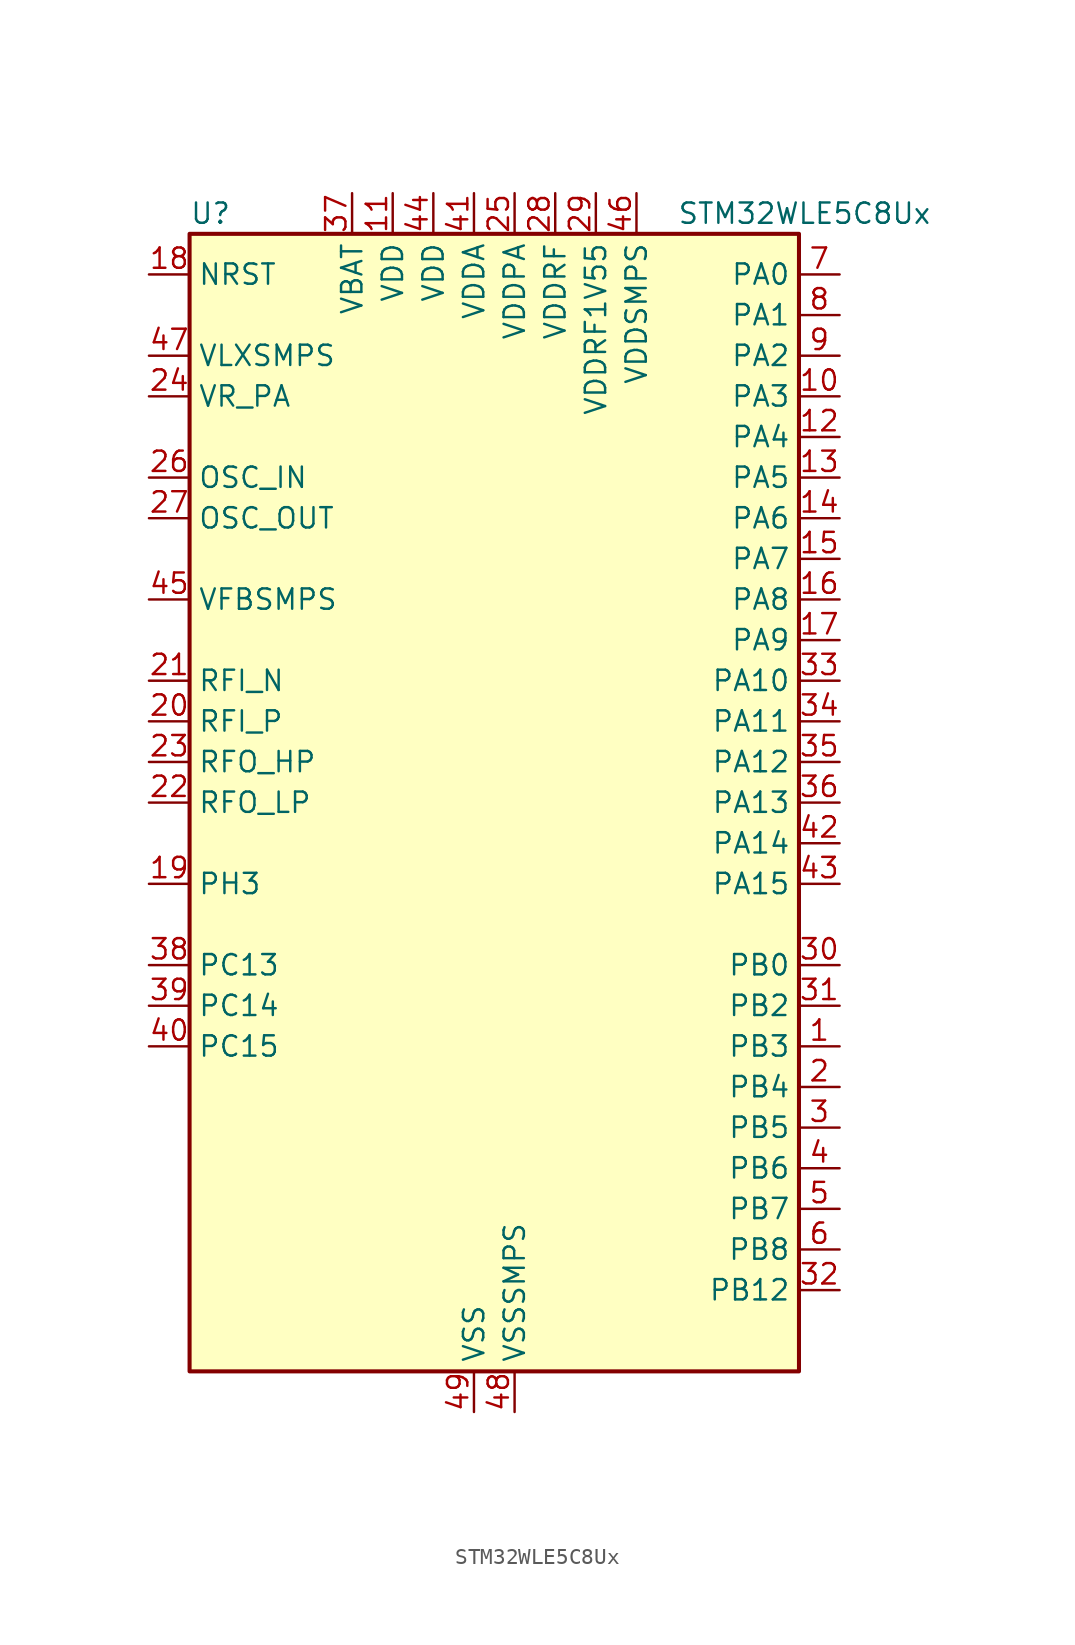
<source format=kicad_sym>
(kicad_symbol_lib
  (version 20231120)
  (generator "kicad_symbol_editor")
  (generator_version "8.0")
  (symbol "STM32WLE5C8Ux"
    (property "Reference" "U"
      (at -17.78 36.83 0)
      (effects (font (size 1.27 1.27)) (justify left)))
    (property "Value" "STM32WLE5C8Ux"
      (at 12.7 36.83 0)
      (effects (font (size 1.27 1.27)) (justify left)))
    (property "ki_locked" ""
      (at 0 0 0)
      (effects (font (size 1.27 1.27))))
    (symbol "STM32WLE5C8Ux_0_1"
      (rectangle (start -17.78 -35.56) (end 20.32 35.56) (stroke (width 0.254) (type default)) (fill (type background))))
    (symbol "STM32WLE5C8Ux_1_1"
      (pin bidirectional line (at 22.86 -15.24 180) (length 2.54) (name "PB3" (effects (font (size 1.27 1.27)))) (number "1" (effects (font (size 1.27 1.27)))) (alternate "ADC_IN2" bidirectional line) (alternate "COMP1_INM" bidirectional line) (alternate "COMP2_INM" bidirectional line) (alternate "DEBUG_JTDO-SWO" bidirectional line) (alternate "DEBUG_RF-DTB1" bidirectional line) (alternate "PWR_WKUP3" bidirectional line) (alternate "RTC_TAMP_IN3" bidirectional line) (alternate "SPI1_SCK" bidirectional line) (alternate "TIM2_CH2" bidirectional line) (alternate "USART1_DE" bidirectional line) (alternate "USART1_RTS" bidirectional line))
      (pin bidirectional line (at 22.86 25.4 180) (length 2.54) (name "PA3" (effects (font (size 1.27 1.27)))) (number "10" (effects (font (size 1.27 1.27)))) (alternate "I2S2_MCK" bidirectional line) (alternate "LPUART1_RX" bidirectional line) (alternate "TIM2_CH4" bidirectional line) (alternate "USART2_RX" bidirectional line))
      (pin power_in line (at -5.08 38.1 270) (length 2.54) (name "VDD" (effects (font (size 1.27 1.27)))) (number "11" (effects (font (size 1.27 1.27)))))
      (pin bidirectional line (at 22.86 22.86 180) (length 2.54) (name "PA4" (effects (font (size 1.27 1.27)))) (number "12" (effects (font (size 1.27 1.27)))) (alternate "DEBUG_SUBGHZSPI-NSSOUT" bidirectional line) (alternate "LPTIM1_OUT" bidirectional line) (alternate "LPTIM2_OUT" bidirectional line) (alternate "RTC_OUT2" bidirectional line) (alternate "SPI1_NSS" bidirectional line) (alternate "USART2_CK" bidirectional line))
      (pin bidirectional line (at 22.86 20.32 180) (length 2.54) (name "PA5" (effects (font (size 1.27 1.27)))) (number "13" (effects (font (size 1.27 1.27)))) (alternate "DEBUG_SUBGHZSPI-SCKOUT" bidirectional line) (alternate "LPTIM2_ETR" bidirectional line) (alternate "SPI1_SCK" bidirectional line) (alternate "SPI2_MISO" bidirectional line) (alternate "TIM2_CH1" bidirectional line) (alternate "TIM2_ETR" bidirectional line))
      (pin bidirectional line (at 22.86 17.78 180) (length 2.54) (name "PA6" (effects (font (size 1.27 1.27)))) (number "14" (effects (font (size 1.27 1.27)))) (alternate "DEBUG_SUBGHZSPI-MISOOUT" bidirectional line) (alternate "I2C2_SMBA" bidirectional line) (alternate "LPUART1_CTS" bidirectional line) (alternate "SPI1_MISO" bidirectional line) (alternate "TIM16_CH1" bidirectional line) (alternate "TIM1_BKIN" bidirectional line))
      (pin bidirectional line (at 22.86 15.24 180) (length 2.54) (name "PA7" (effects (font (size 1.27 1.27)))) (number "15" (effects (font (size 1.27 1.27)))) (alternate "COMP2_OUT" bidirectional line) (alternate "DEBUG_SUBGHZSPI-MOSIOUT" bidirectional line) (alternate "I2C3_SCL" bidirectional line) (alternate "SPI1_MOSI" bidirectional line) (alternate "TIM17_CH1" bidirectional line) (alternate "TIM1_CH1N" bidirectional line))
      (pin bidirectional line (at 22.86 12.7 180) (length 2.54) (name "PA8" (effects (font (size 1.27 1.27)))) (number "16" (effects (font (size 1.27 1.27)))) (alternate "I2S2_CK" bidirectional line) (alternate "LPTIM2_OUT" bidirectional line) (alternate "RCC_MCO" bidirectional line) (alternate "SPI2_SCK" bidirectional line) (alternate "TIM1_CH1" bidirectional line) (alternate "USART1_CK" bidirectional line))
      (pin bidirectional line (at 22.86 10.16 180) (length 2.54) (name "PA9" (effects (font (size 1.27 1.27)))) (number "17" (effects (font (size 1.27 1.27)))) (alternate "DAC_EXTI9" bidirectional line) (alternate "I2C1_SCL" bidirectional line) (alternate "I2S2_CK" bidirectional line) (alternate "I2S2_WS" bidirectional line) (alternate "SPI2_NSS" bidirectional line) (alternate "SPI2_SCK" bidirectional line) (alternate "TIM1_CH2" bidirectional line) (alternate "USART1_TX" bidirectional line))
      (pin input line (at -20.32 33.02 0) (length 2.54) (name "NRST" (effects (font (size 1.27 1.27)))) (number "18" (effects (font (size 1.27 1.27)))))
      (pin bidirectional line (at -20.32 -5.08 0) (length 2.54) (name "PH3" (effects (font (size 1.27 1.27)))) (number "19" (effects (font (size 1.27 1.27)))))
      (pin bidirectional line (at 22.86 -17.78 180) (length 2.54) (name "PB4" (effects (font (size 1.27 1.27)))) (number "2" (effects (font (size 1.27 1.27)))) (alternate "ADC_IN3" bidirectional line) (alternate "COMP1_INP" bidirectional line) (alternate "COMP2_INP" bidirectional line) (alternate "DEBUG_JTRST" bidirectional line) (alternate "DEBUG_RF-LDORDY" bidirectional line) (alternate "I2C3_SDA" bidirectional line) (alternate "SPI1_MISO" bidirectional line) (alternate "TIM17_BKIN" bidirectional line) (alternate "USART1_CTS" bidirectional line) (alternate "USART1_NSS" bidirectional line))
      (pin bidirectional line (at -20.32 5.08 0) (length 2.54) (name "RFI_P" (effects (font (size 1.27 1.27)))) (number "20" (effects (font (size 1.27 1.27)))))
      (pin bidirectional line (at -20.32 7.62 0) (length 2.54) (name "RFI_N" (effects (font (size 1.27 1.27)))) (number "21" (effects (font (size 1.27 1.27)))))
      (pin bidirectional line (at -20.32 0 0) (length 2.54) (name "RFO_LP" (effects (font (size 1.27 1.27)))) (number "22" (effects (font (size 1.27 1.27)))))
      (pin bidirectional line (at -20.32 2.54 0) (length 2.54) (name "RFO_HP" (effects (font (size 1.27 1.27)))) (number "23" (effects (font (size 1.27 1.27)))))
      (pin power_in line (at -20.32 25.4 0) (length 2.54) (name "VR_PA" (effects (font (size 1.27 1.27)))) (number "24" (effects (font (size 1.27 1.27)))))
      (pin power_in line (at 2.54 38.1 270) (length 2.54) (name "VDDPA" (effects (font (size 1.27 1.27)))) (number "25" (effects (font (size 1.27 1.27)))))
      (pin input line (at -20.32 20.32 0) (length 2.54) (name "OSC_IN" (effects (font (size 1.27 1.27)))) (number "26" (effects (font (size 1.27 1.27)))) (alternate "RCC_OSC_IN" bidirectional line))
      (pin input line (at -20.32 17.78 0) (length 2.54) (name "OSC_OUT" (effects (font (size 1.27 1.27)))) (number "27" (effects (font (size 1.27 1.27)))) (alternate "RCC_OSC_OUT" bidirectional line))
      (pin power_in line (at 5.08 38.1 270) (length 2.54) (name "VDDRF" (effects (font (size 1.27 1.27)))) (number "28" (effects (font (size 1.27 1.27)))))
      (pin power_in line (at 7.62 38.1 270) (length 2.54) (name "VDDRF1V55" (effects (font (size 1.27 1.27)))) (number "29" (effects (font (size 1.27 1.27)))))
      (pin bidirectional line (at 22.86 -20.32 180) (length 2.54) (name "PB5" (effects (font (size 1.27 1.27)))) (number "3" (effects (font (size 1.27 1.27)))) (alternate "COMP2_OUT" bidirectional line) (alternate "I2C1_SMBA" bidirectional line) (alternate "LPTIM1_IN1" bidirectional line) (alternate "SPI1_MOSI" bidirectional line) (alternate "TIM16_BKIN" bidirectional line) (alternate "USART1_CK" bidirectional line))
      (pin bidirectional line (at 22.86 -10.16 180) (length 2.54) (name "PB0" (effects (font (size 1.27 1.27)))) (number "30" (effects (font (size 1.27 1.27)))) (alternate "COMP1_OUT" bidirectional line) (alternate "VDDTCXO" bidirectional line))
      (pin bidirectional line (at 22.86 -12.7 180) (length 2.54) (name "PB2" (effects (font (size 1.27 1.27)))) (number "31" (effects (font (size 1.27 1.27)))) (alternate "ADC_IN4" bidirectional line) (alternate "COMP1_INP" bidirectional line) (alternate "COMP2_INM" bidirectional line) (alternate "DEBUG_RF-SMPSRDY" bidirectional line) (alternate "I2C3_SMBA" bidirectional line) (alternate "LPTIM1_OUT" bidirectional line) (alternate "SPI1_NSS" bidirectional line))
      (pin bidirectional line (at 22.86 -30.48 180) (length 2.54) (name "PB12" (effects (font (size 1.27 1.27)))) (number "32" (effects (font (size 1.27 1.27)))) (alternate "I2C3_SMBA" bidirectional line) (alternate "I2S2_WS" bidirectional line) (alternate "LPUART1_RTS" bidirectional line) (alternate "SPI2_NSS" bidirectional line) (alternate "TIM1_BKIN" bidirectional line))
      (pin bidirectional line (at 22.86 7.62 180) (length 2.54) (name "PA10" (effects (font (size 1.27 1.27)))) (number "33" (effects (font (size 1.27 1.27)))) (alternate "ADC_IN6" bidirectional line) (alternate "COMP1_INM" bidirectional line) (alternate "COMP2_INM" bidirectional line) (alternate "DAC_OUT1" bidirectional line) (alternate "DEBUG_RF-HSE32RDY" bidirectional line) (alternate "I2C1_SDA" bidirectional line) (alternate "I2S2_SD" bidirectional line) (alternate "RTC_REFIN" bidirectional line) (alternate "SPI2_MOSI" bidirectional line) (alternate "TIM17_BKIN" bidirectional line) (alternate "TIM1_CH3" bidirectional line) (alternate "USART1_RX" bidirectional line))
      (pin bidirectional line (at 22.86 5.08 180) (length 2.54) (name "PA11" (effects (font (size 1.27 1.27)))) (number "34" (effects (font (size 1.27 1.27)))) (alternate "ADC_EXTI11" bidirectional line) (alternate "ADC_IN7" bidirectional line) (alternate "COMP1_INM" bidirectional line) (alternate "COMP2_INM" bidirectional line) (alternate "DEBUG_RF-NRESET" bidirectional line) (alternate "I2C2_SDA" bidirectional line) (alternate "LPTIM3_ETR" bidirectional line) (alternate "SPI1_MISO" bidirectional line) (alternate "TIM1_BKIN2" bidirectional line) (alternate "TIM1_CH4" bidirectional line) (alternate "USART1_CTS" bidirectional line) (alternate "USART1_NSS" bidirectional line))
      (pin bidirectional line (at 22.86 2.54 180) (length 2.54) (name "PA12" (effects (font (size 1.27 1.27)))) (number "35" (effects (font (size 1.27 1.27)))) (alternate "ADC_IN8" bidirectional line) (alternate "DEBUG_RF-BUSY" bidirectional line) (alternate "I2C2_SCL" bidirectional line) (alternate "LPTIM3_IN1" bidirectional line) (alternate "SPI1_MOSI" bidirectional line) (alternate "TIM1_ETR" bidirectional line) (alternate "USART1_DE" bidirectional line) (alternate "USART1_RTS" bidirectional line))
      (pin bidirectional line (at 22.86 0 180) (length 2.54) (name "PA13" (effects (font (size 1.27 1.27)))) (number "36" (effects (font (size 1.27 1.27)))) (alternate "ADC_IN9" bidirectional line) (alternate "DEBUG_JTMS-SWDIO" bidirectional line) (alternate "I2C2_SMBA" bidirectional line) (alternate "IR_OUT" bidirectional line))
      (pin power_in line (at -7.62 38.1 270) (length 2.54) (name "VBAT" (effects (font (size 1.27 1.27)))) (number "37" (effects (font (size 1.27 1.27)))))
      (pin bidirectional line (at -20.32 -10.16 0) (length 2.54) (name "PC13" (effects (font (size 1.27 1.27)))) (number "38" (effects (font (size 1.27 1.27)))) (alternate "PWR_WKUP2" bidirectional line) (alternate "RTC_OUT1" bidirectional line) (alternate "RTC_TAMP_IN1" bidirectional line) (alternate "RTC_TS" bidirectional line))
      (pin bidirectional line (at -20.32 -12.7 0) (length 2.54) (name "PC14" (effects (font (size 1.27 1.27)))) (number "39" (effects (font (size 1.27 1.27)))) (alternate "RCC_OSC32_IN" bidirectional line))
      (pin bidirectional line (at 22.86 -22.86 180) (length 2.54) (name "PB6" (effects (font (size 1.27 1.27)))) (number "4" (effects (font (size 1.27 1.27)))) (alternate "I2C1_SCL" bidirectional line) (alternate "LPTIM1_ETR" bidirectional line) (alternate "TIM16_CH1N" bidirectional line) (alternate "USART1_TX" bidirectional line))
      (pin bidirectional line (at -20.32 -15.24 0) (length 2.54) (name "PC15" (effects (font (size 1.27 1.27)))) (number "40" (effects (font (size 1.27 1.27)))) (alternate "RCC_OSC32_OUT" bidirectional line))
      (pin power_in line (at 0 38.1 270) (length 2.54) (name "VDDA" (effects (font (size 1.27 1.27)))) (number "41" (effects (font (size 1.27 1.27)))))
      (pin bidirectional line (at 22.86 -2.54 180) (length 2.54) (name "PA14" (effects (font (size 1.27 1.27)))) (number "42" (effects (font (size 1.27 1.27)))) (alternate "ADC_IN10" bidirectional line) (alternate "DEBUG_JTCK-SWCLK" bidirectional line) (alternate "I2C1_SMBA" bidirectional line) (alternate "LPTIM1_OUT" bidirectional line))
      (pin bidirectional line (at 22.86 -5.08 180) (length 2.54) (name "PA15" (effects (font (size 1.27 1.27)))) (number "43" (effects (font (size 1.27 1.27)))) (alternate "ADC_IN11" bidirectional line) (alternate "COMP1_INM" bidirectional line) (alternate "COMP2_INP" bidirectional line) (alternate "DEBUG_JTDI" bidirectional line) (alternate "I2C2_SDA" bidirectional line) (alternate "SPI1_NSS" bidirectional line) (alternate "TIM2_CH1" bidirectional line) (alternate "TIM2_ETR" bidirectional line))
      (pin power_in line (at -2.54 38.1 270) (length 2.54) (name "VDD" (effects (font (size 1.27 1.27)))) (number "44" (effects (font (size 1.27 1.27)))))
      (pin input line (at -20.32 12.7 0) (length 2.54) (name "VFBSMPS" (effects (font (size 1.27 1.27)))) (number "45" (effects (font (size 1.27 1.27)))))
      (pin power_in line (at 10.16 38.1 270) (length 2.54) (name "VDDSMPS" (effects (font (size 1.27 1.27)))) (number "46" (effects (font (size 1.27 1.27)))))
      (pin power_in line (at -20.32 27.94 0) (length 2.54) (name "VLXSMPS" (effects (font (size 1.27 1.27)))) (number "47" (effects (font (size 1.27 1.27)))))
      (pin power_in line (at 2.54 -38.1 90) (length 2.54) (name "VSSSMPS" (effects (font (size 1.27 1.27)))) (number "48" (effects (font (size 1.27 1.27)))))
      (pin power_in line (at 0 -38.1 90) (length 2.54) (name "VSS" (effects (font (size 1.27 1.27)))) (number "49" (effects (font (size 1.27 1.27)))))
      (pin bidirectional line (at 22.86 -25.4 180) (length 2.54) (name "PB7" (effects (font (size 1.27 1.27)))) (number "5" (effects (font (size 1.27 1.27)))) (alternate "I2C1_SDA" bidirectional line) (alternate "LPTIM1_IN2" bidirectional line) (alternate "PWR_PVD_IN" bidirectional line) (alternate "TIM17_CH1N" bidirectional line) (alternate "TIM1_BKIN" bidirectional line) (alternate "USART1_RX" bidirectional line))
      (pin bidirectional line (at 22.86 -27.94 180) (length 2.54) (name "PB8" (effects (font (size 1.27 1.27)))) (number "6" (effects (font (size 1.27 1.27)))) (alternate "I2C1_SCL" bidirectional line) (alternate "TIM16_CH1" bidirectional line) (alternate "TIM1_CH2N" bidirectional line))
      (pin bidirectional line (at 22.86 33.02 180) (length 2.54) (name "PA0" (effects (font (size 1.27 1.27)))) (number "7" (effects (font (size 1.27 1.27)))) (alternate "COMP1_OUT" bidirectional line) (alternate "DEBUG_PWR-REGLP1S" bidirectional line) (alternate "I2C3_SMBA" bidirectional line) (alternate "I2S_CKIN" bidirectional line) (alternate "PWR_WKUP1" bidirectional line) (alternate "RTC_TAMP_IN2" bidirectional line) (alternate "TIM2_CH1" bidirectional line) (alternate "TIM2_ETR" bidirectional line) (alternate "USART2_CTS" bidirectional line) (alternate "USART2_NSS" bidirectional line))
      (pin bidirectional line (at 22.86 30.48 180) (length 2.54) (name "PA1" (effects (font (size 1.27 1.27)))) (number "8" (effects (font (size 1.27 1.27)))) (alternate "DEBUG_PWR-REGLP2S" bidirectional line) (alternate "I2C1_SMBA" bidirectional line) (alternate "LPTIM3_OUT" bidirectional line) (alternate "LPUART1_RTS" bidirectional line) (alternate "SPI1_SCK" bidirectional line) (alternate "TIM2_CH2" bidirectional line) (alternate "USART2_DE" bidirectional line) (alternate "USART2_RTS" bidirectional line))
      (pin bidirectional line (at 22.86 27.94 180) (length 2.54) (name "PA2" (effects (font (size 1.27 1.27)))) (number "9" (effects (font (size 1.27 1.27)))) (alternate "COMP2_OUT" bidirectional line) (alternate "DEBUG_PWR-LDORDY" bidirectional line) (alternate "LPUART1_TX" bidirectional line) (alternate "RCC_LSCO" bidirectional line) (alternate "TIM2_CH3" bidirectional line) (alternate "USART2_TX" bidirectional line)))))
</source>
